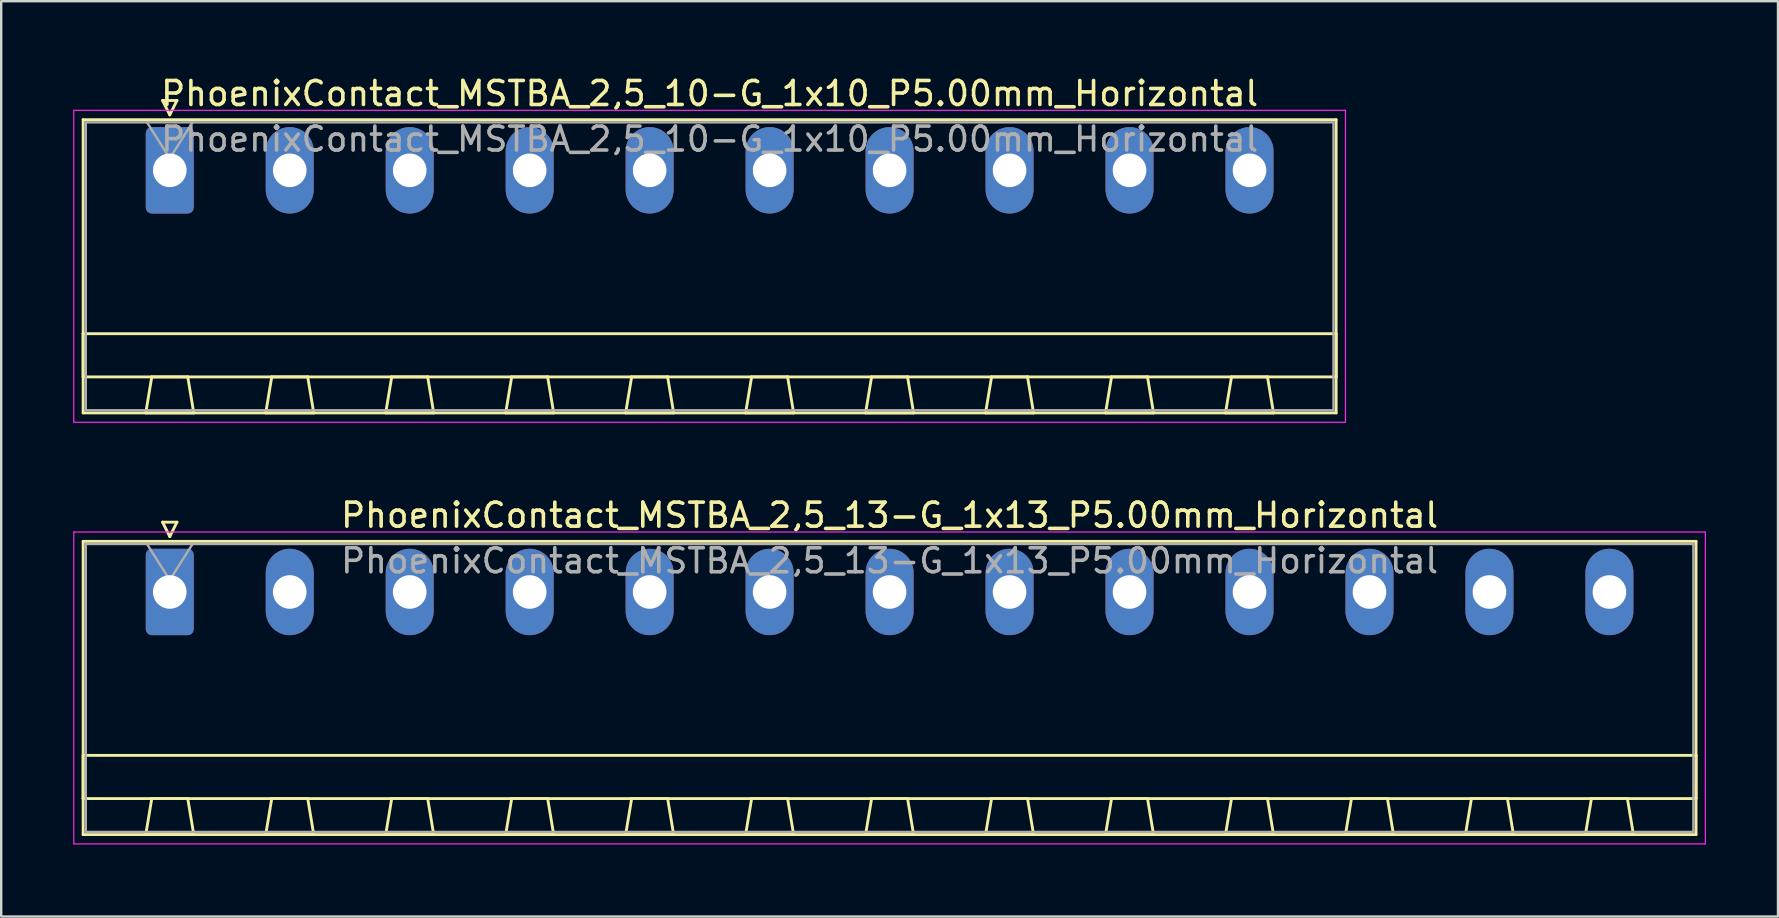
<source format=kicad_pcb>
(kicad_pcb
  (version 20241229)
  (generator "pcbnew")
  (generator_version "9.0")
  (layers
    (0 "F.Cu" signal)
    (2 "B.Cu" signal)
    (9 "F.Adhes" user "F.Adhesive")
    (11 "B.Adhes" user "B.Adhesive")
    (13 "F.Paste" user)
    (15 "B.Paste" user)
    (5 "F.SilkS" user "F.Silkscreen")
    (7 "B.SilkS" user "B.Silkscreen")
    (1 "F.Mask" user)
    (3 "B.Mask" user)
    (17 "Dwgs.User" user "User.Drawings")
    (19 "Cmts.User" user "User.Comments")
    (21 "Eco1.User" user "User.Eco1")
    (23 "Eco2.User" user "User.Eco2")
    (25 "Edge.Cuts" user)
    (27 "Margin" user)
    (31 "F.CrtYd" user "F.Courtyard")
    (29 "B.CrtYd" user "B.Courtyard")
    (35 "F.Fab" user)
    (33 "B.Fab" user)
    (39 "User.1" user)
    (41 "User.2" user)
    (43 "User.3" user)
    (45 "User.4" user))
  (footprint "PhoenixContact_MSTBA_2,5_10-G_1x10_P5.00mm_Horizontal"
    (layer "F.Cu")
    (at 4.025 4.048)
    (property "Reference" "PhoenixContact_MSTBA_2,5_10-G_1x10_P5.00mm_Horizontal" (at 22.5 -3.2 0) (layer "F.SilkS") (effects (font (size 1 1) (thickness 0.15))))
    (attr through_hole)
    (fp_line (start -3.61 -2.11) (end -3.61 10.11) (stroke (width 0.12) (type solid)) (layer "F.SilkS"))
    (fp_line (start -3.61 6.81) (end 48.61 6.81) (stroke (width 0.12) (type solid)) (layer "F.SilkS"))
    (fp_line (start -3.61 8.61) (end -3.61 6.81) (stroke (width 0.12) (type solid)) (layer "F.SilkS"))
    (fp_line (start -3.61 10.11) (end 48.61 10.11) (stroke (width 0.12) (type solid)) (layer "F.SilkS"))
    (fp_line (start -1 10.11) (end 1 10.11) (stroke (width 0.12) (type solid)) (layer "F.SilkS"))
    (fp_line (start -0.75 8.61) (end -1 10.11) (stroke (width 0.12) (type solid)) (layer "F.SilkS"))
    (fp_line (start -0.3 -2.91) (end 0.3 -2.91) (stroke (width 0.12) (type solid)) (layer "F.SilkS"))
    (fp_line (start 0 -2.31) (end -0.3 -2.91) (stroke (width 0.12) (type solid)) (layer "F.SilkS"))
    (fp_line (start 0.3 -2.91) (end 0 -2.31) (stroke (width 0.12) (type solid)) (layer "F.SilkS"))
    (fp_line (start 0.75 8.61) (end -0.75 8.61) (stroke (width 0.12) (type solid)) (layer "F.SilkS"))
    (fp_line (start 1 10.11) (end 0.75 8.61) (stroke (width 0.12) (type solid)) (layer "F.SilkS"))
    (fp_line (start 4 10.11) (end 6 10.11) (stroke (width 0.12) (type solid)) (layer "F.SilkS"))
    (fp_line (start 4.25 8.61) (end 4 10.11) (stroke (width 0.12) (type solid)) (layer "F.SilkS"))
    (fp_line (start 5.75 8.61) (end 4.25 8.61) (stroke (width 0.12) (type solid)) (layer "F.SilkS"))
    (fp_line (start 6 10.11) (end 5.75 8.61) (stroke (width 0.12) (type solid)) (layer "F.SilkS"))
    (fp_line (start 9 10.11) (end 11 10.11) (stroke (width 0.12) (type solid)) (layer "F.SilkS"))
    (fp_line (start 9.25 8.61) (end 9 10.11) (stroke (width 0.12) (type solid)) (layer "F.SilkS"))
    (fp_line (start 10.75 8.61) (end 9.25 8.61) (stroke (width 0.12) (type solid)) (layer "F.SilkS"))
    (fp_line (start 11 10.11) (end 10.75 8.61) (stroke (width 0.12) (type solid)) (layer "F.SilkS"))
    (fp_line (start 14 10.11) (end 16 10.11) (stroke (width 0.12) (type solid)) (layer "F.SilkS"))
    (fp_line (start 14.25 8.61) (end 14 10.11) (stroke (width 0.12) (type solid)) (layer "F.SilkS"))
    (fp_line (start 15.75 8.61) (end 14.25 8.61) (stroke (width 0.12) (type solid)) (layer "F.SilkS"))
    (fp_line (start 16 10.11) (end 15.75 8.61) (stroke (width 0.12) (type solid)) (layer "F.SilkS"))
    (fp_line (start 19 10.11) (end 21 10.11) (stroke (width 0.12) (type solid)) (layer "F.SilkS"))
    (fp_line (start 19.25 8.61) (end 19 10.11) (stroke (width 0.12) (type solid)) (layer "F.SilkS"))
    (fp_line (start 20.75 8.61) (end 19.25 8.61) (stroke (width 0.12) (type solid)) (layer "F.SilkS"))
    (fp_line (start 21 10.11) (end 20.75 8.61) (stroke (width 0.12) (type solid)) (layer "F.SilkS"))
    (fp_line (start 24 10.11) (end 26 10.11) (stroke (width 0.12) (type solid)) (layer "F.SilkS"))
    (fp_line (start 24.25 8.61) (end 24 10.11) (stroke (width 0.12) (type solid)) (layer "F.SilkS"))
    (fp_line (start 25.75 8.61) (end 24.25 8.61) (stroke (width 0.12) (type solid)) (layer "F.SilkS"))
    (fp_line (start 26 10.11) (end 25.75 8.61) (stroke (width 0.12) (type solid)) (layer "F.SilkS"))
    (fp_line (start 29 10.11) (end 31 10.11) (stroke (width 0.12) (type solid)) (layer "F.SilkS"))
    (fp_line (start 29.25 8.61) (end 29 10.11) (stroke (width 0.12) (type solid)) (layer "F.SilkS"))
    (fp_line (start 30.75 8.61) (end 29.25 8.61) (stroke (width 0.12) (type solid)) (layer "F.SilkS"))
    (fp_line (start 31 10.11) (end 30.75 8.61) (stroke (width 0.12) (type solid)) (layer "F.SilkS"))
    (fp_line (start 34 10.11) (end 36 10.11) (stroke (width 0.12) (type solid)) (layer "F.SilkS"))
    (fp_line (start 34.25 8.61) (end 34 10.11) (stroke (width 0.12) (type solid)) (layer "F.SilkS"))
    (fp_line (start 35.75 8.61) (end 34.25 8.61) (stroke (width 0.12) (type solid)) (layer "F.SilkS"))
    (fp_line (start 36 10.11) (end 35.75 8.61) (stroke (width 0.12) (type solid)) (layer "F.SilkS"))
    (fp_line (start 39 10.11) (end 41 10.11) (stroke (width 0.12) (type solid)) (layer "F.SilkS"))
    (fp_line (start 39.25 8.61) (end 39 10.11) (stroke (width 0.12) (type solid)) (layer "F.SilkS"))
    (fp_line (start 40.75 8.61) (end 39.25 8.61) (stroke (width 0.12) (type solid)) (layer "F.SilkS"))
    (fp_line (start 41 10.11) (end 40.75 8.61) (stroke (width 0.12) (type solid)) (layer "F.SilkS"))
    (fp_line (start 44 10.11) (end 46 10.11) (stroke (width 0.12) (type solid)) (layer "F.SilkS"))
    (fp_line (start 44.25 8.61) (end 44 10.11) (stroke (width 0.12) (type solid)) (layer "F.SilkS"))
    (fp_line (start 45.75 8.61) (end 44.25 8.61) (stroke (width 0.12) (type solid)) (layer "F.SilkS"))
    (fp_line (start 46 10.11) (end 45.75 8.61) (stroke (width 0.12) (type solid)) (layer "F.SilkS"))
    (fp_line (start 48.61 -2.11) (end -3.61 -2.11) (stroke (width 0.12) (type solid)) (layer "F.SilkS"))
    (fp_line (start 48.61 6.81) (end 48.61 8.61) (stroke (width 0.12) (type solid)) (layer "F.SilkS"))
    (fp_line (start 48.61 8.61) (end -3.61 8.61) (stroke (width 0.12) (type solid)) (layer "F.SilkS"))
    (fp_line (start 48.61 10.11) (end 48.61 -2.11) (stroke (width 0.12) (type solid)) (layer "F.SilkS"))
    (fp_line (start -4 -2.5) (end -4 10.5) (stroke (width 0.05) (type solid)) (layer "F.CrtYd"))
    (fp_line (start -4 10.5) (end 49 10.5) (stroke (width 0.05) (type solid)) (layer "F.CrtYd"))
    (fp_line (start 49 -2.5) (end -4 -2.5) (stroke (width 0.05) (type solid)) (layer "F.CrtYd"))
    (fp_line (start 49 10.5) (end 49 -2.5) (stroke (width 0.05) (type solid)) (layer "F.CrtYd"))
    (fp_line (start -3.5 -2) (end -3.5 10) (stroke (width 0.1) (type solid)) (layer "F.Fab"))
    (fp_line (start -3.5 10) (end 48.5 10) (stroke (width 0.1) (type solid)) (layer "F.Fab"))
    (fp_line (start 0 -0.5) (end -0.95 -2) (stroke (width 0.1) (type solid)) (layer "F.Fab"))
    (fp_line (start 0.95 -2) (end 0 -0.5) (stroke (width 0.1) (type solid)) (layer "F.Fab"))
    (fp_line (start 48.5 -2) (end -3.5 -2) (stroke (width 0.1) (type solid)) (layer "F.Fab"))
    (fp_line (start 48.5 10) (end 48.5 -2) (stroke (width 0.1) (type solid)) (layer "F.Fab"))
    (fp_text user "${REFERENCE}" (at 22.5 -1.3 0) (layer "F.Fab") (effects (font (size 1 1) (thickness 0.15))))
    (pad "1" thru_hole roundrect (at 0 0) (size 2 3.6) (drill 1.4) (layers "*.Cu" "*.Mask") (roundrect_rratio 0.125))
    (pad "2" thru_hole oval (at 5 0) (size 2 3.6) (drill 1.4) (layers "*.Cu" "*.Mask"))
    (pad "3" thru_hole oval (at 10 0) (size 2 3.6) (drill 1.4) (layers "*.Cu" "*.Mask"))
    (pad "4" thru_hole oval (at 15 0) (size 2 3.6) (drill 1.4) (layers "*.Cu" "*.Mask"))
    (pad "5" thru_hole oval (at 20 0) (size 2 3.6) (drill 1.4) (layers "*.Cu" "*.Mask"))
    (pad "6" thru_hole oval (at 25 0) (size 2 3.6) (drill 1.4) (layers "*.Cu" "*.Mask"))
    (pad "7" thru_hole oval (at 30 0) (size 2 3.6) (drill 1.4) (layers "*.Cu" "*.Mask"))
    (pad "8" thru_hole oval (at 35 0) (size 2 3.6) (drill 1.4) (layers "*.Cu" "*.Mask"))
    (pad "9" thru_hole oval (at 40 0) (size 2 3.6) (drill 1.4) (layers "*.Cu" "*.Mask"))
    (pad "10" thru_hole oval (at 45 0) (size 2 3.6) (drill 1.4) (layers "*.Cu" "*.Mask")))
  (footprint "PhoenixContact_MSTBA_2,5_13-G_1x13_P5.00mm_Horizontal"
    (layer "F.Cu")
    (at 4.025 21.622)
    (property "Reference" "PhoenixContact_MSTBA_2,5_13-G_1x13_P5.00mm_Horizontal" (at 30 -3.2 0) (layer "F.SilkS") (effects (font (size 1 1) (thickness 0.15))))
    (attr through_hole)
    (fp_line (start -3.61 -2.11) (end -3.61 10.11) (stroke (width 0.12) (type solid)) (layer "F.SilkS"))
    (fp_line (start -3.61 6.81) (end 63.61 6.81) (stroke (width 0.12) (type solid)) (layer "F.SilkS"))
    (fp_line (start -3.61 8.61) (end -3.61 6.81) (stroke (width 0.12) (type solid)) (layer "F.SilkS"))
    (fp_line (start -3.61 10.11) (end 63.61 10.11) (stroke (width 0.12) (type solid)) (layer "F.SilkS"))
    (fp_line (start -1 10.11) (end 1 10.11) (stroke (width 0.12) (type solid)) (layer "F.SilkS"))
    (fp_line (start -0.75 8.61) (end -1 10.11) (stroke (width 0.12) (type solid)) (layer "F.SilkS"))
    (fp_line (start -0.3 -2.91) (end 0.3 -2.91) (stroke (width 0.12) (type solid)) (layer "F.SilkS"))
    (fp_line (start 0 -2.31) (end -0.3 -2.91) (stroke (width 0.12) (type solid)) (layer "F.SilkS"))
    (fp_line (start 0.3 -2.91) (end 0 -2.31) (stroke (width 0.12) (type solid)) (layer "F.SilkS"))
    (fp_line (start 0.75 8.61) (end -0.75 8.61) (stroke (width 0.12) (type solid)) (layer "F.SilkS"))
    (fp_line (start 1 10.11) (end 0.75 8.61) (stroke (width 0.12) (type solid)) (layer "F.SilkS"))
    (fp_line (start 4 10.11) (end 6 10.11) (stroke (width 0.12) (type solid)) (layer "F.SilkS"))
    (fp_line (start 4.25 8.61) (end 4 10.11) (stroke (width 0.12) (type solid)) (layer "F.SilkS"))
    (fp_line (start 5.75 8.61) (end 4.25 8.61) (stroke (width 0.12) (type solid)) (layer "F.SilkS"))
    (fp_line (start 6 10.11) (end 5.75 8.61) (stroke (width 0.12) (type solid)) (layer "F.SilkS"))
    (fp_line (start 9 10.11) (end 11 10.11) (stroke (width 0.12) (type solid)) (layer "F.SilkS"))
    (fp_line (start 9.25 8.61) (end 9 10.11) (stroke (width 0.12) (type solid)) (layer "F.SilkS"))
    (fp_line (start 10.75 8.61) (end 9.25 8.61) (stroke (width 0.12) (type solid)) (layer "F.SilkS"))
    (fp_line (start 11 10.11) (end 10.75 8.61) (stroke (width 0.12) (type solid)) (layer "F.SilkS"))
    (fp_line (start 14 10.11) (end 16 10.11) (stroke (width 0.12) (type solid)) (layer "F.SilkS"))
    (fp_line (start 14.25 8.61) (end 14 10.11) (stroke (width 0.12) (type solid)) (layer "F.SilkS"))
    (fp_line (start 15.75 8.61) (end 14.25 8.61) (stroke (width 0.12) (type solid)) (layer "F.SilkS"))
    (fp_line (start 16 10.11) (end 15.75 8.61) (stroke (width 0.12) (type solid)) (layer "F.SilkS"))
    (fp_line (start 19 10.11) (end 21 10.11) (stroke (width 0.12) (type solid)) (layer "F.SilkS"))
    (fp_line (start 19.25 8.61) (end 19 10.11) (stroke (width 0.12) (type solid)) (layer "F.SilkS"))
    (fp_line (start 20.75 8.61) (end 19.25 8.61) (stroke (width 0.12) (type solid)) (layer "F.SilkS"))
    (fp_line (start 21 10.11) (end 20.75 8.61) (stroke (width 0.12) (type solid)) (layer "F.SilkS"))
    (fp_line (start 24 10.11) (end 26 10.11) (stroke (width 0.12) (type solid)) (layer "F.SilkS"))
    (fp_line (start 24.25 8.61) (end 24 10.11) (stroke (width 0.12) (type solid)) (layer "F.SilkS"))
    (fp_line (start 25.75 8.61) (end 24.25 8.61) (stroke (width 0.12) (type solid)) (layer "F.SilkS"))
    (fp_line (start 26 10.11) (end 25.75 8.61) (stroke (width 0.12) (type solid)) (layer "F.SilkS"))
    (fp_line (start 29 10.11) (end 31 10.11) (stroke (width 0.12) (type solid)) (layer "F.SilkS"))
    (fp_line (start 29.25 8.61) (end 29 10.11) (stroke (width 0.12) (type solid)) (layer "F.SilkS"))
    (fp_line (start 30.75 8.61) (end 29.25 8.61) (stroke (width 0.12) (type solid)) (layer "F.SilkS"))
    (fp_line (start 31 10.11) (end 30.75 8.61) (stroke (width 0.12) (type solid)) (layer "F.SilkS"))
    (fp_line (start 34 10.11) (end 36 10.11) (stroke (width 0.12) (type solid)) (layer "F.SilkS"))
    (fp_line (start 34.25 8.61) (end 34 10.11) (stroke (width 0.12) (type solid)) (layer "F.SilkS"))
    (fp_line (start 35.75 8.61) (end 34.25 8.61) (stroke (width 0.12) (type solid)) (layer "F.SilkS"))
    (fp_line (start 36 10.11) (end 35.75 8.61) (stroke (width 0.12) (type solid)) (layer "F.SilkS"))
    (fp_line (start 39 10.11) (end 41 10.11) (stroke (width 0.12) (type solid)) (layer "F.SilkS"))
    (fp_line (start 39.25 8.61) (end 39 10.11) (stroke (width 0.12) (type solid)) (layer "F.SilkS"))
    (fp_line (start 40.75 8.61) (end 39.25 8.61) (stroke (width 0.12) (type solid)) (layer "F.SilkS"))
    (fp_line (start 41 10.11) (end 40.75 8.61) (stroke (width 0.12) (type solid)) (layer "F.SilkS"))
    (fp_line (start 44 10.11) (end 46 10.11) (stroke (width 0.12) (type solid)) (layer "F.SilkS"))
    (fp_line (start 44.25 8.61) (end 44 10.11) (stroke (width 0.12) (type solid)) (layer "F.SilkS"))
    (fp_line (start 45.75 8.61) (end 44.25 8.61) (stroke (width 0.12) (type solid)) (layer "F.SilkS"))
    (fp_line (start 46 10.11) (end 45.75 8.61) (stroke (width 0.12) (type solid)) (layer "F.SilkS"))
    (fp_line (start 49 10.11) (end 51 10.11) (stroke (width 0.12) (type solid)) (layer "F.SilkS"))
    (fp_line (start 49.25 8.61) (end 49 10.11) (stroke (width 0.12) (type solid)) (layer "F.SilkS"))
    (fp_line (start 50.75 8.61) (end 49.25 8.61) (stroke (width 0.12) (type solid)) (layer "F.SilkS"))
    (fp_line (start 51 10.11) (end 50.75 8.61) (stroke (width 0.12) (type solid)) (layer "F.SilkS"))
    (fp_line (start 54 10.11) (end 56 10.11) (stroke (width 0.12) (type solid)) (layer "F.SilkS"))
    (fp_line (start 54.25 8.61) (end 54 10.11) (stroke (width 0.12) (type solid)) (layer "F.SilkS"))
    (fp_line (start 55.75 8.61) (end 54.25 8.61) (stroke (width 0.12) (type solid)) (layer "F.SilkS"))
    (fp_line (start 56 10.11) (end 55.75 8.61) (stroke (width 0.12) (type solid)) (layer "F.SilkS"))
    (fp_line (start 59 10.11) (end 61 10.11) (stroke (width 0.12) (type solid)) (layer "F.SilkS"))
    (fp_line (start 59.25 8.61) (end 59 10.11) (stroke (width 0.12) (type solid)) (layer "F.SilkS"))
    (fp_line (start 60.75 8.61) (end 59.25 8.61) (stroke (width 0.12) (type solid)) (layer "F.SilkS"))
    (fp_line (start 61 10.11) (end 60.75 8.61) (stroke (width 0.12) (type solid)) (layer "F.SilkS"))
    (fp_line (start 63.61 -2.11) (end -3.61 -2.11) (stroke (width 0.12) (type solid)) (layer "F.SilkS"))
    (fp_line (start 63.61 6.81) (end 63.61 8.61) (stroke (width 0.12) (type solid)) (layer "F.SilkS"))
    (fp_line (start 63.61 8.61) (end -3.61 8.61) (stroke (width 0.12) (type solid)) (layer "F.SilkS"))
    (fp_line (start 63.61 10.11) (end 63.61 -2.11) (stroke (width 0.12) (type solid)) (layer "F.SilkS"))
    (fp_line (start -4 -2.5) (end -4 10.5) (stroke (width 0.05) (type solid)) (layer "F.CrtYd"))
    (fp_line (start -4 10.5) (end 64 10.5) (stroke (width 0.05) (type solid)) (layer "F.CrtYd"))
    (fp_line (start 64 -2.5) (end -4 -2.5) (stroke (width 0.05) (type solid)) (layer "F.CrtYd"))
    (fp_line (start 64 10.5) (end 64 -2.5) (stroke (width 0.05) (type solid)) (layer "F.CrtYd"))
    (fp_line (start -3.5 -2) (end -3.5 10) (stroke (width 0.1) (type solid)) (layer "F.Fab"))
    (fp_line (start -3.5 10) (end 63.5 10) (stroke (width 0.1) (type solid)) (layer "F.Fab"))
    (fp_line (start 0 -0.5) (end -0.95 -2) (stroke (width 0.1) (type solid)) (layer "F.Fab"))
    (fp_line (start 0.95 -2) (end 0 -0.5) (stroke (width 0.1) (type solid)) (layer "F.Fab"))
    (fp_line (start 63.5 -2) (end -3.5 -2) (stroke (width 0.1) (type solid)) (layer "F.Fab"))
    (fp_line (start 63.5 10) (end 63.5 -2) (stroke (width 0.1) (type solid)) (layer "F.Fab"))
    (fp_text user "${REFERENCE}" (at 30 -1.3 0) (layer "F.Fab") (effects (font (size 1 1) (thickness 0.15))))
    (pad "1" thru_hole roundrect (at 0 0) (size 2 3.6) (drill 1.4) (layers "*.Cu" "*.Mask") (roundrect_rratio 0.125))
    (pad "2" thru_hole oval (at 5 0) (size 2 3.6) (drill 1.4) (layers "*.Cu" "*.Mask"))
    (pad "3" thru_hole oval (at 10 0) (size 2 3.6) (drill 1.4) (layers "*.Cu" "*.Mask"))
    (pad "4" thru_hole oval (at 15 0) (size 2 3.6) (drill 1.4) (layers "*.Cu" "*.Mask"))
    (pad "5" thru_hole oval (at 20 0) (size 2 3.6) (drill 1.4) (layers "*.Cu" "*.Mask"))
    (pad "6" thru_hole oval (at 25 0) (size 2 3.6) (drill 1.4) (layers "*.Cu" "*.Mask"))
    (pad "7" thru_hole oval (at 30 0) (size 2 3.6) (drill 1.4) (layers "*.Cu" "*.Mask"))
    (pad "8" thru_hole oval (at 35 0) (size 2 3.6) (drill 1.4) (layers "*.Cu" "*.Mask"))
    (pad "9" thru_hole oval (at 40 0) (size 2 3.6) (drill 1.4) (layers "*.Cu" "*.Mask"))
    (pad "10" thru_hole oval (at 45 0) (size 2 3.6) (drill 1.4) (layers "*.Cu" "*.Mask"))
    (pad "11" thru_hole oval (at 50 0) (size 2 3.6) (drill 1.4) (layers "*.Cu" "*.Mask"))
    (pad "12" thru_hole oval (at 55 0) (size 2 3.6) (drill 1.4) (layers "*.Cu" "*.Mask"))
    (pad "13" thru_hole oval (at 60 0) (size 2 3.6) (drill 1.4) (layers "*.Cu" "*.Mask")))
  (gr_rect
    (start -3 -3)
    (end 71.05 35.147)
    (stroke (width 0.1) (type default))
    (fill no)
    (layer "Edge.Cuts")))
</source>
